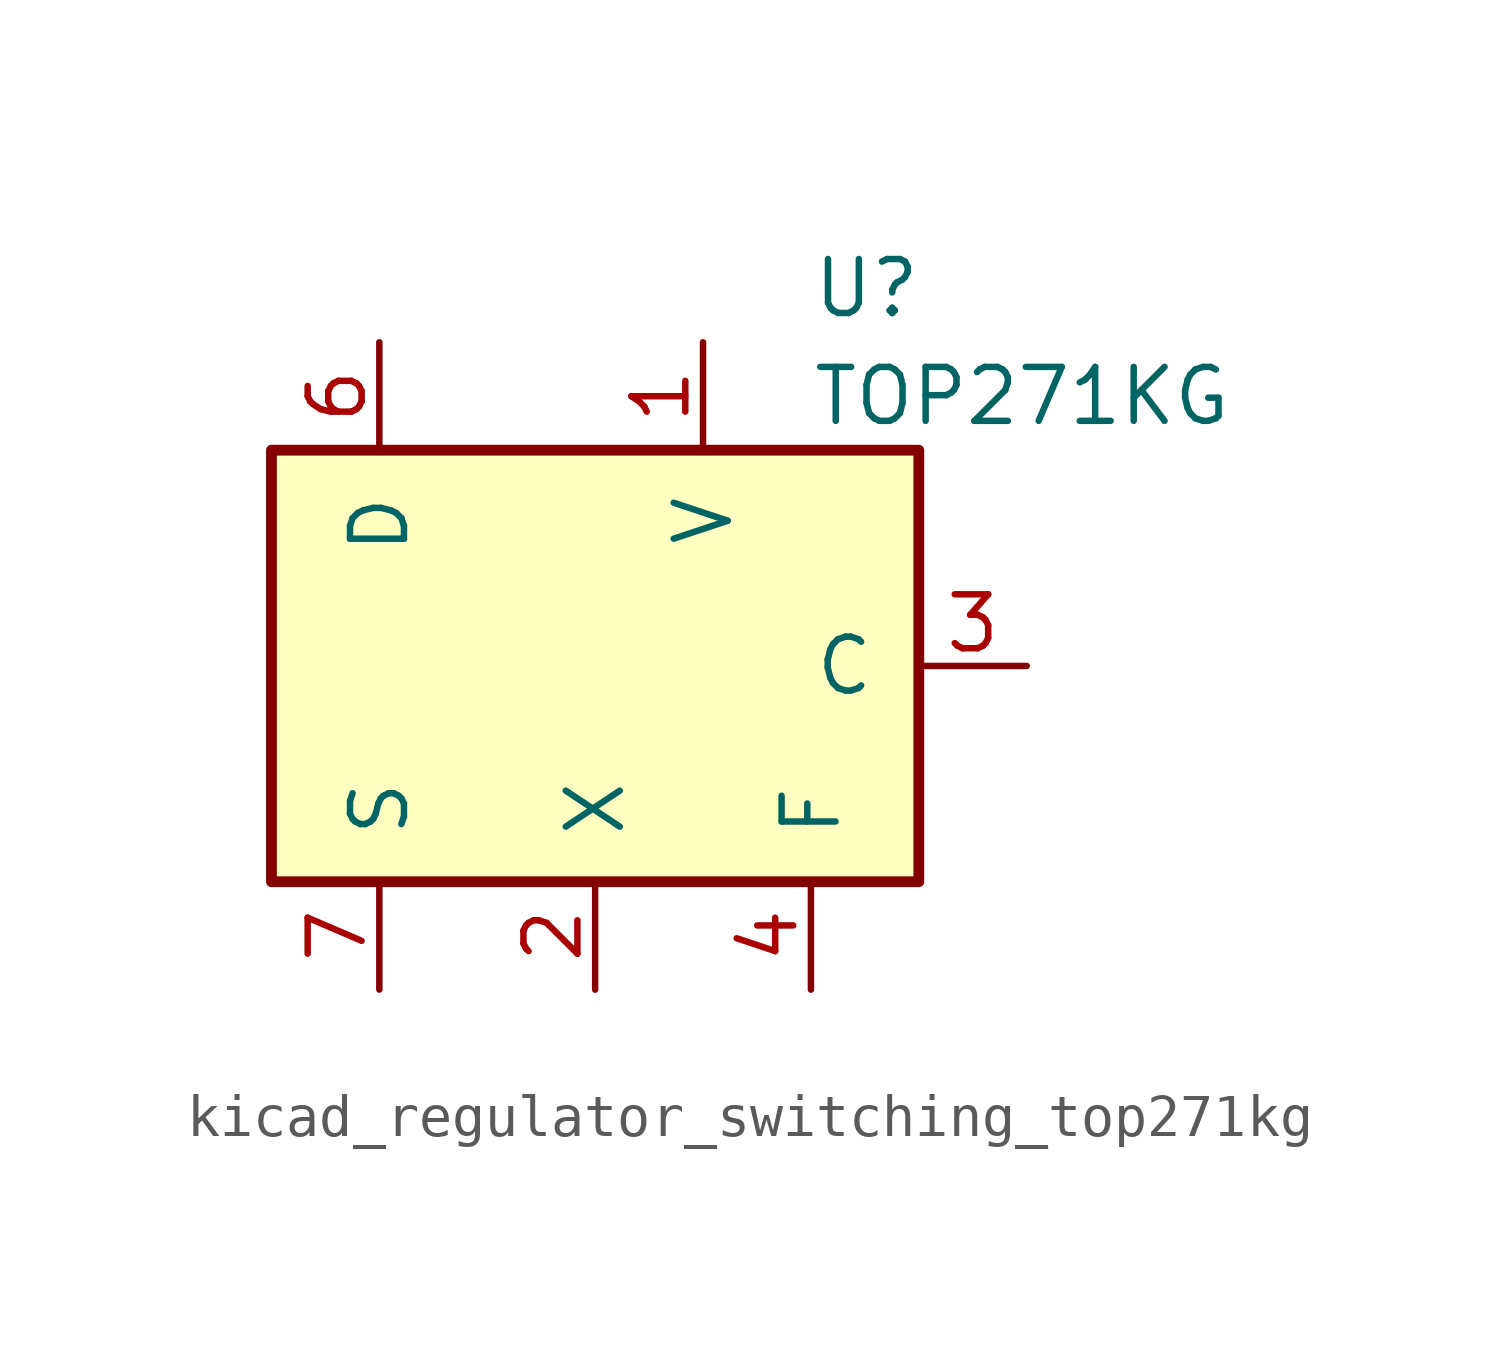
<source format=kicad_sym>
(kicad_symbol_lib
  (version 20220914)
  (generator kicad_symbol_editor)
  (symbol "kicad_regulator_switching_top271kg"
    (pin_names
      (offset 1.016))
    (property "Reference" "U"
      (at 5.08 8.89 0)
      (effects (font (size 1.27 1.27)) (justify left)))
    (property "Value" "TOP271KG"
      (at 5.08 6.35 0)
      (effects (font (size 1.27 1.27)) (justify left)))
    (symbol "kicad_regulator_switching_top271kg_0_1"
      (rectangle (start -7.62 5.08) (end 7.62 -5.08) (stroke (width 0.254) (type default)) (fill (type background))))
    (symbol "kicad_regulator_switching_top271kg_1_1"
      (pin input line (at 2.54 7.62 270) (length 2.54) (name "V" (effects (font (size 1.27 1.27)))) (number "1" (effects (font (size 1.27 1.27)))))
      (pin passive line (at -5.08 -7.62 90) (length 2.54) hide (name "S" (effects (font (size 1.27 1.27)))) (number "10" (effects (font (size 1.27 1.27)))))
      (pin passive line (at -5.08 -7.62 90) (length 2.54) hide (name "S" (effects (font (size 1.27 1.27)))) (number "11" (effects (font (size 1.27 1.27)))))
      (pin passive line (at -5.08 -7.62 90) (length 2.54) hide (name "S" (effects (font (size 1.27 1.27)))) (number "12" (effects (font (size 1.27 1.27)))))
      (pin input line (at 0 -7.62 90) (length 2.54) (name "X" (effects (font (size 1.27 1.27)))) (number "2" (effects (font (size 1.27 1.27)))))
      (pin input line (at 10.16 0 180) (length 2.54) (name "C" (effects (font (size 1.27 1.27)))) (number "3" (effects (font (size 1.27 1.27)))))
      (pin passive line (at 5.08 -7.62 90) (length 2.54) (name "F" (effects (font (size 1.27 1.27)))) (number "4" (effects (font (size 1.27 1.27)))))
      (pin open_collector line (at -5.08 7.62 270) (length 2.54) (name "D" (effects (font (size 1.27 1.27)))) (number "6" (effects (font (size 1.27 1.27)))))
      (pin power_in line (at -5.08 -7.62 90) (length 2.54) (name "S" (effects (font (size 1.27 1.27)))) (number "7" (effects (font (size 1.27 1.27)))))
      (pin passive line (at -5.08 -7.62 90) (length 2.54) hide (name "S" (effects (font (size 1.27 1.27)))) (number "8" (effects (font (size 1.27 1.27)))))
      (pin passive line (at -5.08 -7.62 90) (length 2.54) hide (name "S" (effects (font (size 1.27 1.27)))) (number "9" (effects (font (size 1.27 1.27))))))))
</source>
